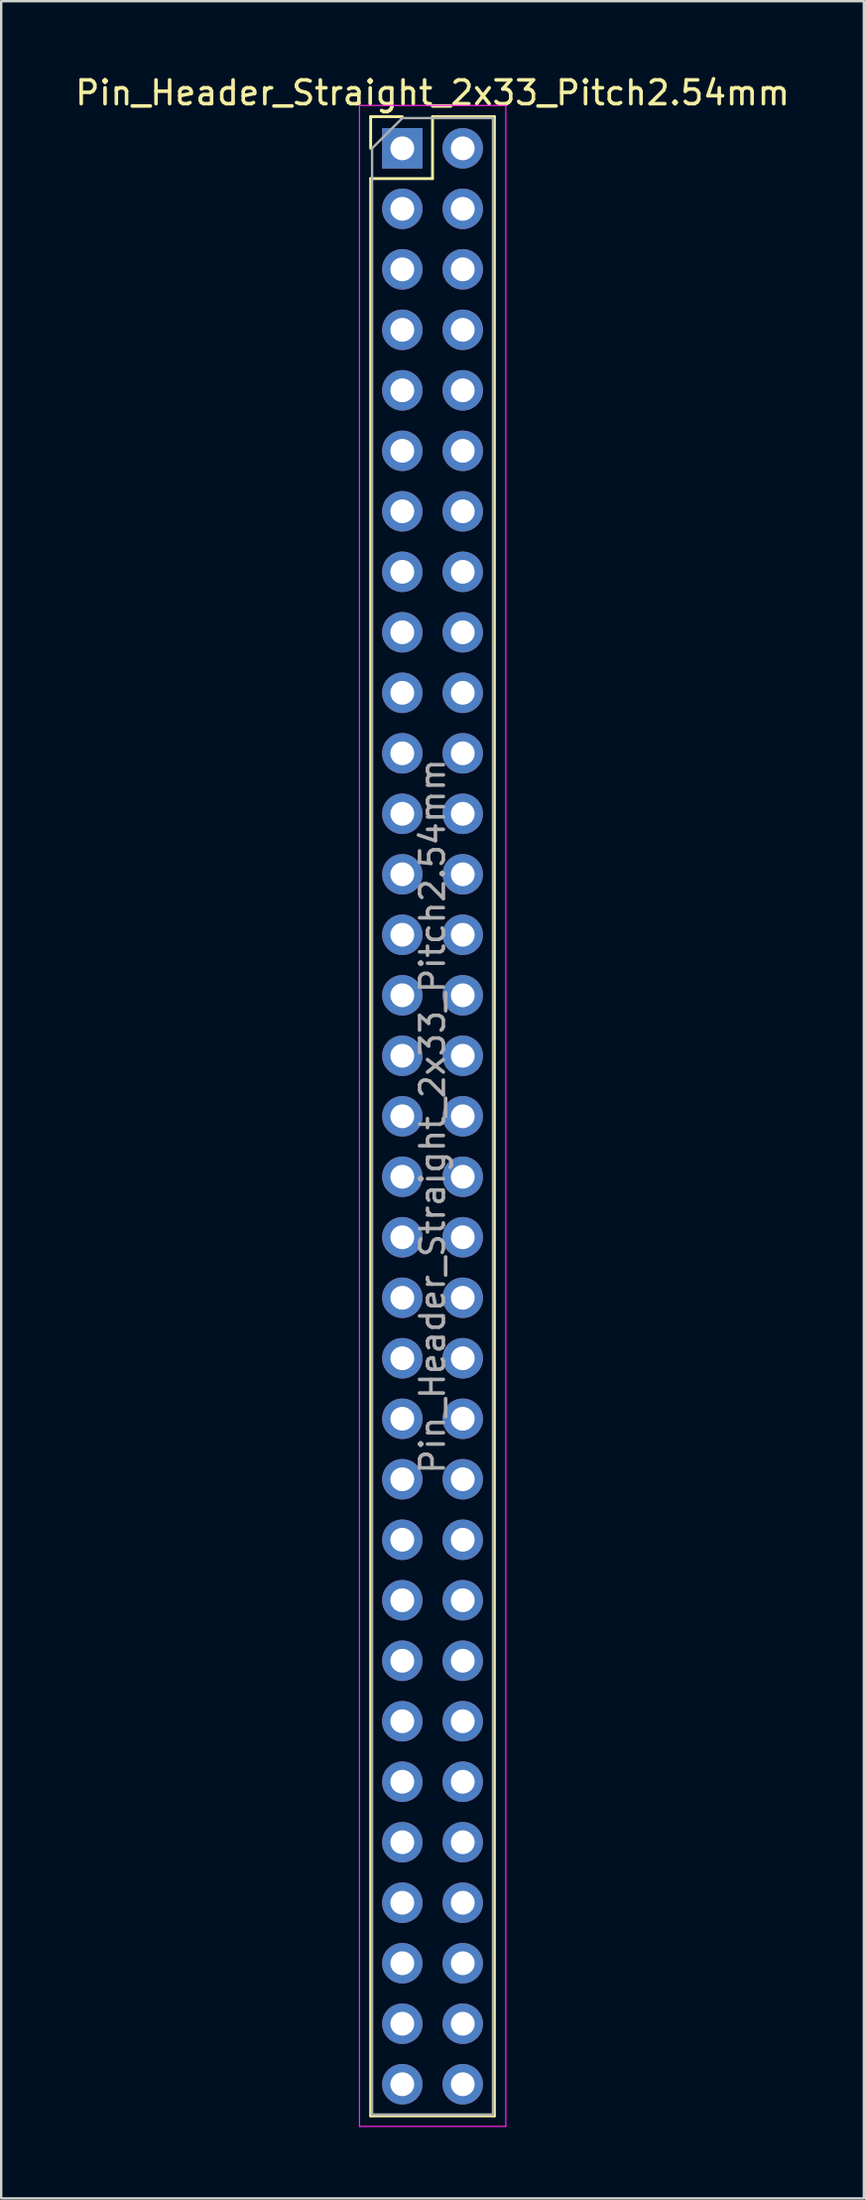
<source format=kicad_pcb>
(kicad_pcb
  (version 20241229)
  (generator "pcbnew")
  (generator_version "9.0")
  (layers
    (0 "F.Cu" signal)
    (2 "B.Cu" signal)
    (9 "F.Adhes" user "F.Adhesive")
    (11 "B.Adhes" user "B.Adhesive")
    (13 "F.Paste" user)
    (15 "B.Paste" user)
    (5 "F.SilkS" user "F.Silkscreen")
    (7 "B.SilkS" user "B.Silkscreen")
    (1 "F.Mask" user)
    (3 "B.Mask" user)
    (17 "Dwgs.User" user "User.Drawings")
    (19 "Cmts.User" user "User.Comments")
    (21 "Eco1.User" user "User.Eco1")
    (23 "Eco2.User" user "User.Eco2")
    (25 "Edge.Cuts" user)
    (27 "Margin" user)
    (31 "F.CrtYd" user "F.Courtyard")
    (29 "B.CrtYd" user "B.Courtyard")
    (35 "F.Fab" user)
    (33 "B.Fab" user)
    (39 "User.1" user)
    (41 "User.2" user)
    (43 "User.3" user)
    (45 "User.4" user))
  (footprint "Pin_Header_Straight_2x33_Pitch2.54mm"
    (layer "F.Cu")
    (at 13.855 3.178)
    (property "Reference" "Pin_Header_Straight_2x33_Pitch2.54mm" (at 1.27 -2.33 0) (layer "F.SilkS") (effects (font (size 1 1) (thickness 0.15))))
    (attr through_hole)
    (fp_line (start -1.33 -1.33) (end 0 -1.33) (stroke (width 0.12) (type solid)) (layer "F.SilkS"))
    (fp_line (start -1.33 0) (end -1.33 -1.33) (stroke (width 0.12) (type solid)) (layer "F.SilkS"))
    (fp_line (start -1.33 1.27) (end -1.33 82.61) (stroke (width 0.12) (type solid)) (layer "F.SilkS"))
    (fp_line (start -1.33 82.61) (end 3.87 82.61) (stroke (width 0.12) (type solid)) (layer "F.SilkS"))
    (fp_line (start 1.27 -1.33) (end 1.27 1.27) (stroke (width 0.12) (type solid)) (layer "F.SilkS"))
    (fp_line (start 1.27 1.27) (end -1.33 1.27) (stroke (width 0.12) (type solid)) (layer "F.SilkS"))
    (fp_line (start 3.87 -1.33) (end 1.27 -1.33) (stroke (width 0.12) (type solid)) (layer "F.SilkS"))
    (fp_line (start 3.87 82.61) (end 3.87 -1.33) (stroke (width 0.12) (type solid)) (layer "F.SilkS"))
    (fp_line (start -1.8 -1.8) (end -1.8 83.05) (stroke (width 0.05) (type solid)) (layer "F.CrtYd"))
    (fp_line (start -1.8 83.05) (end 4.35 83.05) (stroke (width 0.05) (type solid)) (layer "F.CrtYd"))
    (fp_line (start 4.35 -1.8) (end -1.8 -1.8) (stroke (width 0.05) (type solid)) (layer "F.CrtYd"))
    (fp_line (start 4.35 83.05) (end 4.35 -1.8) (stroke (width 0.05) (type solid)) (layer "F.CrtYd"))
    (fp_line (start -1.27 0) (end 0 -1.27) (stroke (width 0.1) (type solid)) (layer "F.Fab"))
    (fp_line (start -1.27 82.55) (end -1.27 0) (stroke (width 0.1) (type solid)) (layer "F.Fab"))
    (fp_line (start 0 -1.27) (end 3.81 -1.27) (stroke (width 0.1) (type solid)) (layer "F.Fab"))
    (fp_line (start 3.81 -1.27) (end 3.81 82.55) (stroke (width 0.1) (type solid)) (layer "F.Fab"))
    (fp_line (start 3.81 82.55) (end -1.27 82.55) (stroke (width 0.1) (type solid)) (layer "F.Fab"))
    (fp_text user "${REFERENCE}" (at 1.27 40.64 90) (layer "F.Fab") (effects (font (size 1 1) (thickness 0.15))))
    (pad "1" thru_hole rect (at 0 0) (size 1.7 1.7) (drill 1) (layers "*.Cu" "*.Mask"))
    (pad "2" thru_hole oval (at 2.54 0) (size 1.7 1.7) (drill 1) (layers "*.Cu" "*.Mask"))
    (pad "3" thru_hole oval (at 0 2.54) (size 1.7 1.7) (drill 1) (layers "*.Cu" "*.Mask"))
    (pad "4" thru_hole oval (at 2.54 2.54) (size 1.7 1.7) (drill 1) (layers "*.Cu" "*.Mask"))
    (pad "5" thru_hole oval (at 0 5.08) (size 1.7 1.7) (drill 1) (layers "*.Cu" "*.Mask"))
    (pad "6" thru_hole oval (at 2.54 5.08) (size 1.7 1.7) (drill 1) (layers "*.Cu" "*.Mask"))
    (pad "7" thru_hole oval (at 0 7.62) (size 1.7 1.7) (drill 1) (layers "*.Cu" "*.Mask"))
    (pad "8" thru_hole oval (at 2.54 7.62) (size 1.7 1.7) (drill 1) (layers "*.Cu" "*.Mask"))
    (pad "9" thru_hole oval (at 0 10.16) (size 1.7 1.7) (drill 1) (layers "*.Cu" "*.Mask"))
    (pad "10" thru_hole oval (at 2.54 10.16) (size 1.7 1.7) (drill 1) (layers "*.Cu" "*.Mask"))
    (pad "11" thru_hole oval (at 0 12.7) (size 1.7 1.7) (drill 1) (layers "*.Cu" "*.Mask"))
    (pad "12" thru_hole oval (at 2.54 12.7) (size 1.7 1.7) (drill 1) (layers "*.Cu" "*.Mask"))
    (pad "13" thru_hole oval (at 0 15.24) (size 1.7 1.7) (drill 1) (layers "*.Cu" "*.Mask"))
    (pad "14" thru_hole oval (at 2.54 15.24) (size 1.7 1.7) (drill 1) (layers "*.Cu" "*.Mask"))
    (pad "15" thru_hole oval (at 0 17.78) (size 1.7 1.7) (drill 1) (layers "*.Cu" "*.Mask"))
    (pad "16" thru_hole oval (at 2.54 17.78) (size 1.7 1.7) (drill 1) (layers "*.Cu" "*.Mask"))
    (pad "17" thru_hole oval (at 0 20.32) (size 1.7 1.7) (drill 1) (layers "*.Cu" "*.Mask"))
    (pad "18" thru_hole oval (at 2.54 20.32) (size 1.7 1.7) (drill 1) (layers "*.Cu" "*.Mask"))
    (pad "19" thru_hole oval (at 0 22.86) (size 1.7 1.7) (drill 1) (layers "*.Cu" "*.Mask"))
    (pad "20" thru_hole oval (at 2.54 22.86) (size 1.7 1.7) (drill 1) (layers "*.Cu" "*.Mask"))
    (pad "21" thru_hole oval (at 0 25.4) (size 1.7 1.7) (drill 1) (layers "*.Cu" "*.Mask"))
    (pad "22" thru_hole oval (at 2.54 25.4) (size 1.7 1.7) (drill 1) (layers "*.Cu" "*.Mask"))
    (pad "23" thru_hole oval (at 0 27.94) (size 1.7 1.7) (drill 1) (layers "*.Cu" "*.Mask"))
    (pad "24" thru_hole oval (at 2.54 27.94) (size 1.7 1.7) (drill 1) (layers "*.Cu" "*.Mask"))
    (pad "25" thru_hole oval (at 0 30.48) (size 1.7 1.7) (drill 1) (layers "*.Cu" "*.Mask"))
    (pad "26" thru_hole oval (at 2.54 30.48) (size 1.7 1.7) (drill 1) (layers "*.Cu" "*.Mask"))
    (pad "27" thru_hole oval (at 0 33.02) (size 1.7 1.7) (drill 1) (layers "*.Cu" "*.Mask"))
    (pad "28" thru_hole oval (at 2.54 33.02) (size 1.7 1.7) (drill 1) (layers "*.Cu" "*.Mask"))
    (pad "29" thru_hole oval (at 0 35.56) (size 1.7 1.7) (drill 1) (layers "*.Cu" "*.Mask"))
    (pad "30" thru_hole oval (at 2.54 35.56) (size 1.7 1.7) (drill 1) (layers "*.Cu" "*.Mask"))
    (pad "31" thru_hole oval (at 0 38.1) (size 1.7 1.7) (drill 1) (layers "*.Cu" "*.Mask"))
    (pad "32" thru_hole oval (at 2.54 38.1) (size 1.7 1.7) (drill 1) (layers "*.Cu" "*.Mask"))
    (pad "33" thru_hole oval (at 0 40.64) (size 1.7 1.7) (drill 1) (layers "*.Cu" "*.Mask"))
    (pad "34" thru_hole oval (at 2.54 40.64) (size 1.7 1.7) (drill 1) (layers "*.Cu" "*.Mask"))
    (pad "35" thru_hole oval (at 0 43.18) (size 1.7 1.7) (drill 1) (layers "*.Cu" "*.Mask"))
    (pad "36" thru_hole oval (at 2.54 43.18) (size 1.7 1.7) (drill 1) (layers "*.Cu" "*.Mask"))
    (pad "37" thru_hole oval (at 0 45.72) (size 1.7 1.7) (drill 1) (layers "*.Cu" "*.Mask"))
    (pad "38" thru_hole oval (at 2.54 45.72) (size 1.7 1.7) (drill 1) (layers "*.Cu" "*.Mask"))
    (pad "39" thru_hole oval (at 0 48.26) (size 1.7 1.7) (drill 1) (layers "*.Cu" "*.Mask"))
    (pad "40" thru_hole oval (at 2.54 48.26) (size 1.7 1.7) (drill 1) (layers "*.Cu" "*.Mask"))
    (pad "41" thru_hole oval (at 0 50.8) (size 1.7 1.7) (drill 1) (layers "*.Cu" "*.Mask"))
    (pad "42" thru_hole oval (at 2.54 50.8) (size 1.7 1.7) (drill 1) (layers "*.Cu" "*.Mask"))
    (pad "43" thru_hole oval (at 0 53.34) (size 1.7 1.7) (drill 1) (layers "*.Cu" "*.Mask"))
    (pad "44" thru_hole oval (at 2.54 53.34) (size 1.7 1.7) (drill 1) (layers "*.Cu" "*.Mask"))
    (pad "45" thru_hole oval (at 0 55.88) (size 1.7 1.7) (drill 1) (layers "*.Cu" "*.Mask"))
    (pad "46" thru_hole oval (at 2.54 55.88) (size 1.7 1.7) (drill 1) (layers "*.Cu" "*.Mask"))
    (pad "47" thru_hole oval (at 0 58.42) (size 1.7 1.7) (drill 1) (layers "*.Cu" "*.Mask"))
    (pad "48" thru_hole oval (at 2.54 58.42) (size 1.7 1.7) (drill 1) (layers "*.Cu" "*.Mask"))
    (pad "49" thru_hole oval (at 0 60.96) (size 1.7 1.7) (drill 1) (layers "*.Cu" "*.Mask"))
    (pad "50" thru_hole oval (at 2.54 60.96) (size 1.7 1.7) (drill 1) (layers "*.Cu" "*.Mask"))
    (pad "51" thru_hole oval (at 0 63.5) (size 1.7 1.7) (drill 1) (layers "*.Cu" "*.Mask"))
    (pad "52" thru_hole oval (at 2.54 63.5) (size 1.7 1.7) (drill 1) (layers "*.Cu" "*.Mask"))
    (pad "53" thru_hole oval (at 0 66.04) (size 1.7 1.7) (drill 1) (layers "*.Cu" "*.Mask"))
    (pad "54" thru_hole oval (at 2.54 66.04) (size 1.7 1.7) (drill 1) (layers "*.Cu" "*.Mask"))
    (pad "55" thru_hole oval (at 0 68.58) (size 1.7 1.7) (drill 1) (layers "*.Cu" "*.Mask"))
    (pad "56" thru_hole oval (at 2.54 68.58) (size 1.7 1.7) (drill 1) (layers "*.Cu" "*.Mask"))
    (pad "57" thru_hole oval (at 0 71.12) (size 1.7 1.7) (drill 1) (layers "*.Cu" "*.Mask"))
    (pad "58" thru_hole oval (at 2.54 71.12) (size 1.7 1.7) (drill 1) (layers "*.Cu" "*.Mask"))
    (pad "59" thru_hole oval (at 0 73.66) (size 1.7 1.7) (drill 1) (layers "*.Cu" "*.Mask"))
    (pad "60" thru_hole oval (at 2.54 73.66) (size 1.7 1.7) (drill 1) (layers "*.Cu" "*.Mask"))
    (pad "61" thru_hole oval (at 0 76.2) (size 1.7 1.7) (drill 1) (layers "*.Cu" "*.Mask"))
    (pad "62" thru_hole oval (at 2.54 76.2) (size 1.7 1.7) (drill 1) (layers "*.Cu" "*.Mask"))
    (pad "63" thru_hole oval (at 0 78.74) (size 1.7 1.7) (drill 1) (layers "*.Cu" "*.Mask"))
    (pad "64" thru_hole oval (at 2.54 78.74) (size 1.7 1.7) (drill 1) (layers "*.Cu" "*.Mask"))
    (pad "65" thru_hole oval (at 0 81.28) (size 1.7 1.7) (drill 1) (layers "*.Cu" "*.Mask"))
    (pad "66" thru_hole oval (at 2.54 81.28) (size 1.7 1.7) (drill 1) (layers "*.Cu" "*.Mask")))
  (gr_rect
    (start -3 -3)
    (end 33.25 89.253)
    (stroke (width 0.1) (type default))
    (fill no)
    (layer "Edge.Cuts")))
</source>
